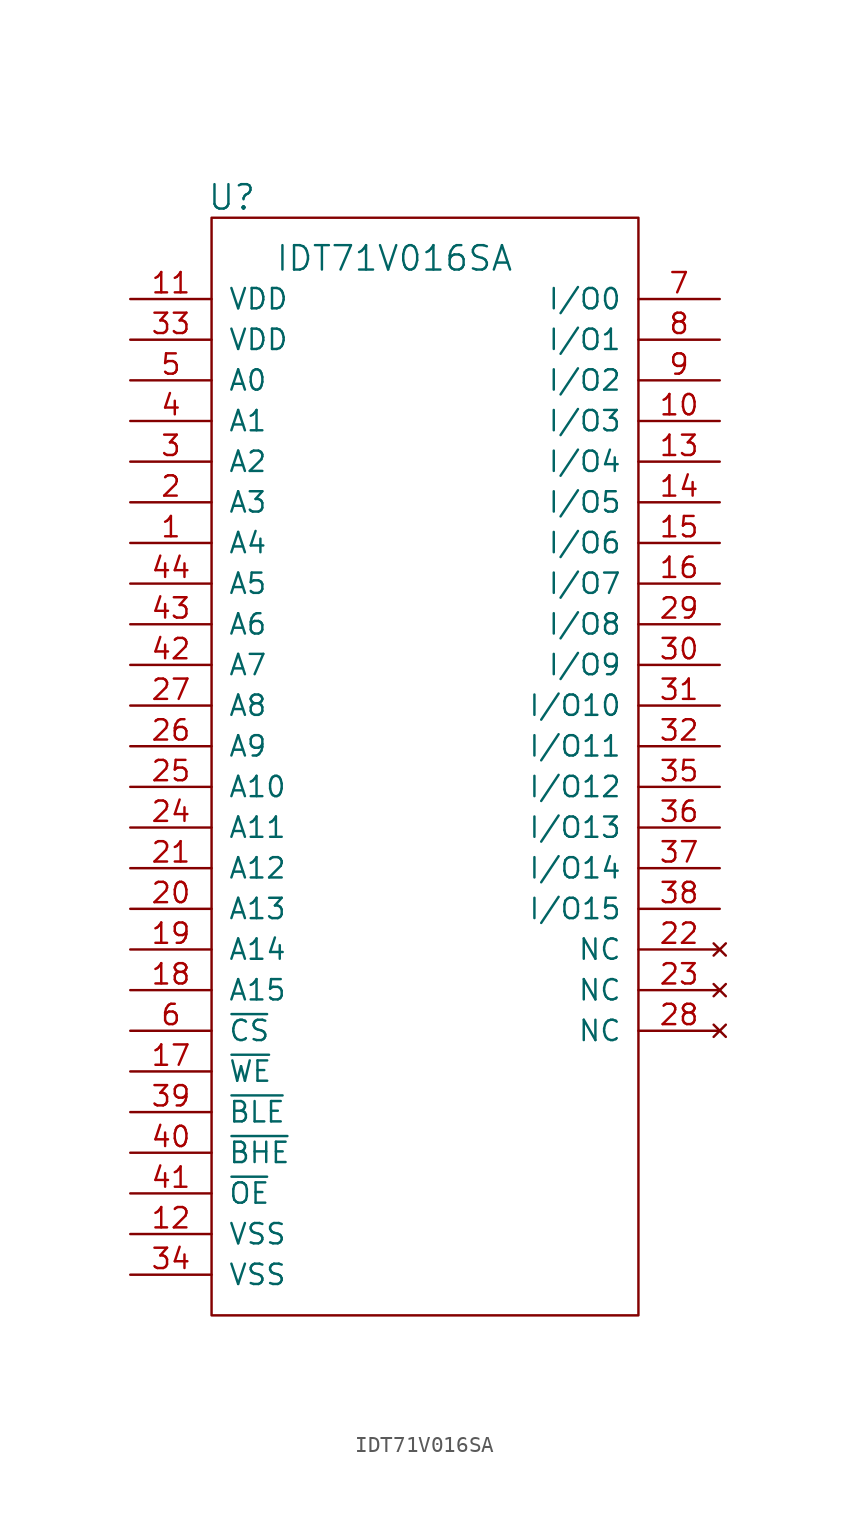
<source format=kicad_sym>
(kicad_symbol_lib
  (version 20211014)
  (generator kicad_symbol_editor)
  (symbol "IDT71V016SA"
    (pin_names
      (offset 1.016))
    (property "Reference" "U"
      (at -11.43 1.27 0)
      (effects (font (size 1.524 1.524))))
    (property "Value" "IDT71V016SA"
      (at -1.27 -2.54 0)
      (effects (font (size 1.524 1.524))))
    (symbol "IDT71V016SA_0_1"
      (rectangle (start -12.7 0) (end 13.97 -68.58) (stroke (width 0) (type default) (color 0 0 0 0)) (fill (type none))))
    (symbol "IDT71V016SA_1_1"
      (pin input line (at -17.78 -20.32 0) (length 5.08) (name "A4" (effects (font (size 1.27 1.27)))) (number "1" (effects (font (size 1.27 1.27)))))
      (pin input line (at 19.05 -12.7 180) (length 5.08) (name "I/O3" (effects (font (size 1.27 1.27)))) (number "10" (effects (font (size 1.27 1.27)))))
      (pin input line (at -17.78 -5.08 0) (length 5.08) (name "VDD" (effects (font (size 1.27 1.27)))) (number "11" (effects (font (size 1.27 1.27)))))
      (pin input line (at -17.78 -63.5 0) (length 5.08) (name "VSS" (effects (font (size 1.27 1.27)))) (number "12" (effects (font (size 1.27 1.27)))))
      (pin input line (at 19.05 -15.24 180) (length 5.08) (name "I/O4" (effects (font (size 1.27 1.27)))) (number "13" (effects (font (size 1.27 1.27)))))
      (pin input line (at 19.05 -17.78 180) (length 5.08) (name "I/O5" (effects (font (size 1.27 1.27)))) (number "14" (effects (font (size 1.27 1.27)))))
      (pin input line (at 19.05 -20.32 180) (length 5.08) (name "I/O6" (effects (font (size 1.27 1.27)))) (number "15" (effects (font (size 1.27 1.27)))))
      (pin input line (at 19.05 -22.86 180) (length 5.08) (name "I/O7" (effects (font (size 1.27 1.27)))) (number "16" (effects (font (size 1.27 1.27)))))
      (pin input line (at -17.78 -53.34 0) (length 5.08) (name "~{WE}" (effects (font (size 1.27 1.27)))) (number "17" (effects (font (size 1.27 1.27)))))
      (pin input line (at -17.78 -48.26 0) (length 5.08) (name "A15" (effects (font (size 1.27 1.27)))) (number "18" (effects (font (size 1.27 1.27)))))
      (pin input line (at -17.78 -45.72 0) (length 5.08) (name "A14" (effects (font (size 1.27 1.27)))) (number "19" (effects (font (size 1.27 1.27)))))
      (pin input line (at -17.78 -17.78 0) (length 5.08) (name "A3" (effects (font (size 1.27 1.27)))) (number "2" (effects (font (size 1.27 1.27)))))
      (pin input line (at -17.78 -43.18 0) (length 5.08) (name "A13" (effects (font (size 1.27 1.27)))) (number "20" (effects (font (size 1.27 1.27)))))
      (pin input line (at -17.78 -40.64 0) (length 5.08) (name "A12" (effects (font (size 1.27 1.27)))) (number "21" (effects (font (size 1.27 1.27)))))
      (pin no_connect line (at 19.05 -45.72 180) (length 5.08) (name "NC" (effects (font (size 1.27 1.27)))) (number "22" (effects (font (size 1.27 1.27)))))
      (pin no_connect line (at 19.05 -48.26 180) (length 5.08) (name "NC" (effects (font (size 1.27 1.27)))) (number "23" (effects (font (size 1.27 1.27)))))
      (pin input line (at -17.78 -38.1 0) (length 5.08) (name "A11" (effects (font (size 1.27 1.27)))) (number "24" (effects (font (size 1.27 1.27)))))
      (pin input line (at -17.78 -35.56 0) (length 5.08) (name "A10" (effects (font (size 1.27 1.27)))) (number "25" (effects (font (size 1.27 1.27)))))
      (pin input line (at -17.78 -33.02 0) (length 5.08) (name "A9" (effects (font (size 1.27 1.27)))) (number "26" (effects (font (size 1.27 1.27)))))
      (pin input line (at -17.78 -30.48 0) (length 5.08) (name "A8" (effects (font (size 1.27 1.27)))) (number "27" (effects (font (size 1.27 1.27)))))
      (pin no_connect line (at 19.05 -50.8 180) (length 5.08) (name "NC" (effects (font (size 1.27 1.27)))) (number "28" (effects (font (size 1.27 1.27)))))
      (pin input line (at 19.05 -25.4 180) (length 5.08) (name "I/O8" (effects (font (size 1.27 1.27)))) (number "29" (effects (font (size 1.27 1.27)))))
      (pin input line (at -17.78 -15.24 0) (length 5.08) (name "A2" (effects (font (size 1.27 1.27)))) (number "3" (effects (font (size 1.27 1.27)))))
      (pin input line (at 19.05 -27.94 180) (length 5.08) (name "I/O9" (effects (font (size 1.27 1.27)))) (number "30" (effects (font (size 1.27 1.27)))))
      (pin input line (at 19.05 -30.48 180) (length 5.08) (name "I/O10" (effects (font (size 1.27 1.27)))) (number "31" (effects (font (size 1.27 1.27)))))
      (pin input line (at 19.05 -33.02 180) (length 5.08) (name "I/O11" (effects (font (size 1.27 1.27)))) (number "32" (effects (font (size 1.27 1.27)))))
      (pin input line (at -17.78 -7.62 0) (length 5.08) (name "VDD" (effects (font (size 1.27 1.27)))) (number "33" (effects (font (size 1.27 1.27)))))
      (pin input line (at -17.78 -66.04 0) (length 5.08) (name "VSS" (effects (font (size 1.27 1.27)))) (number "34" (effects (font (size 1.27 1.27)))))
      (pin input line (at 19.05 -35.56 180) (length 5.08) (name "I/O12" (effects (font (size 1.27 1.27)))) (number "35" (effects (font (size 1.27 1.27)))))
      (pin input line (at 19.05 -38.1 180) (length 5.08) (name "I/O13" (effects (font (size 1.27 1.27)))) (number "36" (effects (font (size 1.27 1.27)))))
      (pin input line (at 19.05 -40.64 180) (length 5.08) (name "I/O14" (effects (font (size 1.27 1.27)))) (number "37" (effects (font (size 1.27 1.27)))))
      (pin input line (at 19.05 -43.18 180) (length 5.08) (name "I/O15" (effects (font (size 1.27 1.27)))) (number "38" (effects (font (size 1.27 1.27)))))
      (pin input line (at -17.78 -55.88 0) (length 5.08) (name "~{BLE}" (effects (font (size 1.27 1.27)))) (number "39" (effects (font (size 1.27 1.27)))))
      (pin input line (at -17.78 -12.7 0) (length 5.08) (name "A1" (effects (font (size 1.27 1.27)))) (number "4" (effects (font (size 1.27 1.27)))))
      (pin input line (at -17.78 -58.42 0) (length 5.08) (name "~{BHE}" (effects (font (size 1.27 1.27)))) (number "40" (effects (font (size 1.27 1.27)))))
      (pin input line (at -17.78 -60.96 0) (length 5.08) (name "~{OE}" (effects (font (size 1.27 1.27)))) (number "41" (effects (font (size 1.27 1.27)))))
      (pin input line (at -17.78 -27.94 0) (length 5.08) (name "A7" (effects (font (size 1.27 1.27)))) (number "42" (effects (font (size 1.27 1.27)))))
      (pin input line (at -17.78 -25.4 0) (length 5.08) (name "A6" (effects (font (size 1.27 1.27)))) (number "43" (effects (font (size 1.27 1.27)))))
      (pin input line (at -17.78 -22.86 0) (length 5.08) (name "A5" (effects (font (size 1.27 1.27)))) (number "44" (effects (font (size 1.27 1.27)))))
      (pin input line (at -17.78 -10.16 0) (length 5.08) (name "A0" (effects (font (size 1.27 1.27)))) (number "5" (effects (font (size 1.27 1.27)))))
      (pin input line (at -17.78 -50.8 0) (length 5.08) (name "~{CS}" (effects (font (size 1.27 1.27)))) (number "6" (effects (font (size 1.27 1.27)))))
      (pin input line (at 19.05 -5.08 180) (length 5.08) (name "I/O0" (effects (font (size 1.27 1.27)))) (number "7" (effects (font (size 1.27 1.27)))))
      (pin input line (at 19.05 -7.62 180) (length 5.08) (name "I/O1" (effects (font (size 1.27 1.27)))) (number "8" (effects (font (size 1.27 1.27)))))
      (pin input line (at 19.05 -10.16 180) (length 5.08) (name "I/O2" (effects (font (size 1.27 1.27)))) (number "9" (effects (font (size 1.27 1.27))))))))
</source>
